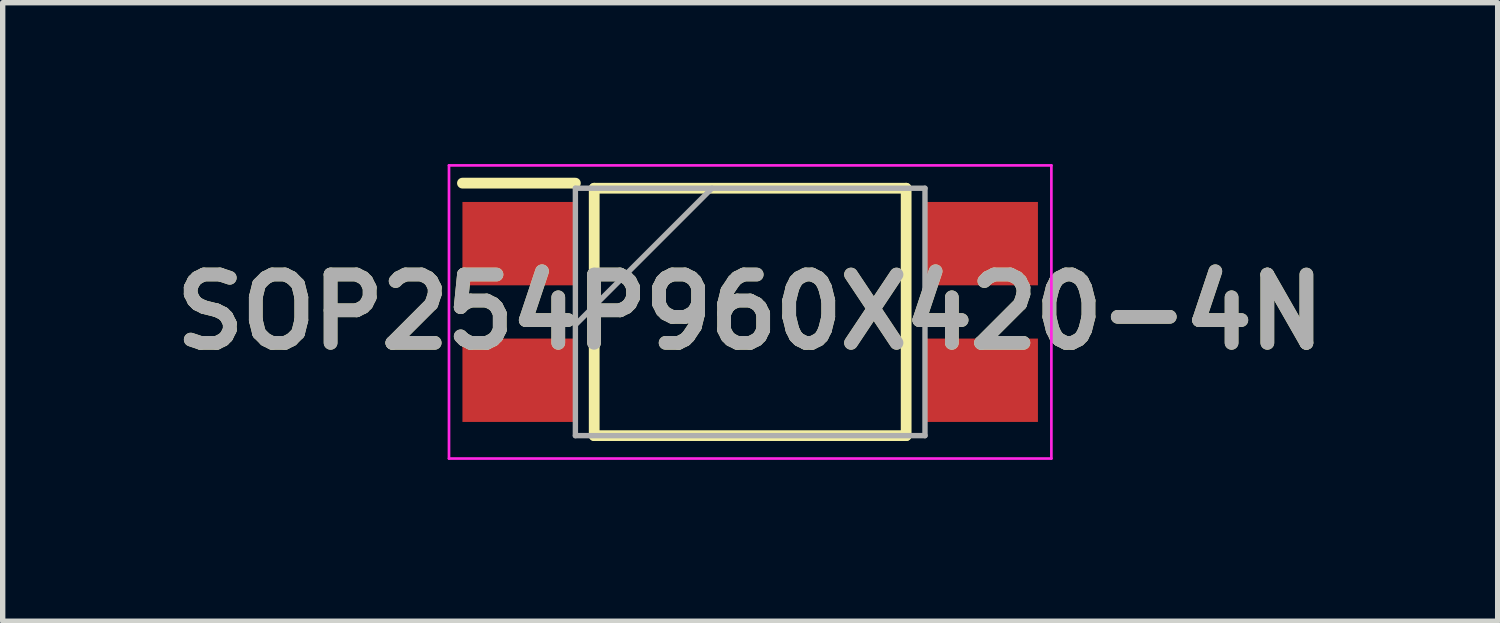
<source format=kicad_pcb>
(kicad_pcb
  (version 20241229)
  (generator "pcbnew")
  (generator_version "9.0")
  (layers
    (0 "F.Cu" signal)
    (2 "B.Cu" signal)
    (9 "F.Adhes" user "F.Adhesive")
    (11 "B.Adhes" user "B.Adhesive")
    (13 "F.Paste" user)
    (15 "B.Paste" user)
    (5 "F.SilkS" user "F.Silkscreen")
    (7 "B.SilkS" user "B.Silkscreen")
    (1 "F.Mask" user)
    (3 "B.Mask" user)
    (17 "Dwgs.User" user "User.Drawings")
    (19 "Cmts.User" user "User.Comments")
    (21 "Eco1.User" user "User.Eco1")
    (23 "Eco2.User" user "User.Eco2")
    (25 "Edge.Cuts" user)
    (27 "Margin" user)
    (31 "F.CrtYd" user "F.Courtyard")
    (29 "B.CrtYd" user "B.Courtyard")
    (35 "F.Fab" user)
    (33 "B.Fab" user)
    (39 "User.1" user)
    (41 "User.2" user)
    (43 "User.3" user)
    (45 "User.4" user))
  (footprint "SOP254P960X420-4N"
    (layer "F.Cu")
    (at 10.898 2.75)
    (property "Reference" "SOP254P960X420-4N" (at 0 0 0) (layer "F.SilkS") (effects (font (size 1.27 1.27) (thickness 0.254))))
    (attr smd)
    (fp_line (start -5.35 -2.395) (end -3.25 -2.395) (stroke (width 0.2) (type solid)) (layer "F.SilkS"))
    (fp_line (start -2.9 -2.3) (end 2.9 -2.3) (stroke (width 0.2) (type solid)) (layer "F.SilkS"))
    (fp_line (start -2.9 2.3) (end -2.9 -2.3) (stroke (width 0.2) (type solid)) (layer "F.SilkS"))
    (fp_line (start 2.9 -2.3) (end 2.9 2.3) (stroke (width 0.2) (type solid)) (layer "F.SilkS"))
    (fp_line (start 2.9 2.3) (end -2.9 2.3) (stroke (width 0.2) (type solid)) (layer "F.SilkS"))
    (fp_line (start -5.6 -2.725) (end 5.6 -2.725) (stroke (width 0.05) (type solid)) (layer "F.CrtYd"))
    (fp_line (start -5.6 2.725) (end -5.6 -2.725) (stroke (width 0.05) (type solid)) (layer "F.CrtYd"))
    (fp_line (start 5.6 -2.725) (end 5.6 2.725) (stroke (width 0.05) (type solid)) (layer "F.CrtYd"))
    (fp_line (start 5.6 2.725) (end -5.6 2.725) (stroke (width 0.05) (type solid)) (layer "F.CrtYd"))
    (fp_line (start -3.25 -2.3) (end 3.25 -2.3) (stroke (width 0.1) (type solid)) (layer "F.Fab"))
    (fp_line (start -3.25 0.24) (end -0.71 -2.3) (stroke (width 0.1) (type solid)) (layer "F.Fab"))
    (fp_line (start -3.25 2.3) (end -3.25 -2.3) (stroke (width 0.1) (type solid)) (layer "F.Fab"))
    (fp_line (start 3.25 -2.3) (end 3.25 2.3) (stroke (width 0.1) (type solid)) (layer "F.Fab"))
    (fp_line (start 3.25 2.3) (end -3.25 2.3) (stroke (width 0.1) (type solid)) (layer "F.Fab"))
    (fp_text user "${REFERENCE}" (at 0 0 0) (layer "F.Fab") (effects (font (size 1.27 1.27) (thickness 0.254))))
    (pad "1" smd rect (at -4.3 -1.27 90) (size 1.55 2.1) (layers "F.Cu" "F.Mask" "F.Paste"))
    (pad "2" smd rect (at -4.3 1.27 90) (size 1.55 2.1) (layers "F.Cu" "F.Mask" "F.Paste"))
    (pad "3" smd rect (at 4.3 1.27 90) (size 1.55 2.1) (layers "F.Cu" "F.Mask" "F.Paste"))
    (pad "4" smd rect (at 4.3 -1.27 90) (size 1.55 2.1) (layers "F.Cu" "F.Mask" "F.Paste")))
  (gr_rect
    (start -3 -3)
    (end 24.796 8.5)
    (stroke (width 0.1) (type default))
    (fill no)
    (layer "Edge.Cuts")))
</source>
